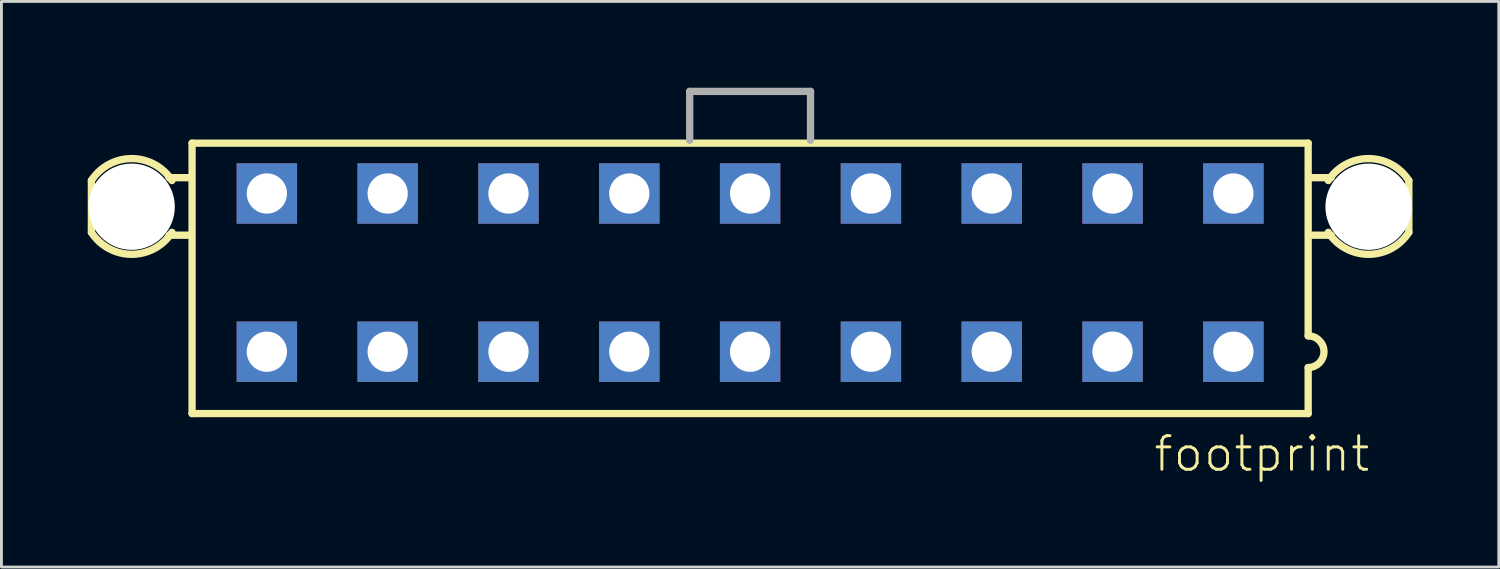
<source format=kicad_pcb>
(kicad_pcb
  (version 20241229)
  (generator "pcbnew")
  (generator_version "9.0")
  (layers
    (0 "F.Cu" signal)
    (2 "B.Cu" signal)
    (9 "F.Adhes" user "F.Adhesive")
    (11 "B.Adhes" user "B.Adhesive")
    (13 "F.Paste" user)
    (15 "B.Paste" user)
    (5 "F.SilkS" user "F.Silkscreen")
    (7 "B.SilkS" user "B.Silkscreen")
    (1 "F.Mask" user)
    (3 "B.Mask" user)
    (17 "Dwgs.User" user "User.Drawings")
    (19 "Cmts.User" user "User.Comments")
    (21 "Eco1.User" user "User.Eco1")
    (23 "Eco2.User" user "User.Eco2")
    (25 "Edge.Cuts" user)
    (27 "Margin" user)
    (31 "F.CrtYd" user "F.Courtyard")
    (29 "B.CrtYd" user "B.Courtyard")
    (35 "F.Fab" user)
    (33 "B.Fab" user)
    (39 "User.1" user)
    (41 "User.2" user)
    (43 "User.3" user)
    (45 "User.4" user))
  (footprint "footprint"
    (layer "F.Cu")
    (at 23.027 6.427)
    (property "Reference" "footprint" (at 13.97 6.985 0) (layer "F.SilkS") (effects (font (size 1.168 1.168) (thickness 0.102)) (justify left bottom)))
    (fp_line (start -22.9 -3.2) (end -22.9 -1.4) (stroke (width 0.254) (type solid)) (layer "F.SilkS"))
    (fp_line (start -20.2 -3.3) (end -19.5 -3.3) (stroke (width 0.254) (type solid)) (layer "F.SilkS"))
    (fp_line (start -20.2 -1.3) (end -19.5 -1.3) (stroke (width 0.254) (type solid)) (layer "F.SilkS"))
    (fp_line (start -19.4 -4.5) (end 19.4 -4.5) (stroke (width 0.254) (type solid)) (layer "F.SilkS"))
    (fp_line (start -19.4 4.9) (end -19.4 -4.5) (stroke (width 0.254) (type solid)) (layer "F.SilkS"))
    (fp_line (start 19.4 -4.5) (end 19.4 2.2) (stroke (width 0.254) (type solid)) (layer "F.SilkS"))
    (fp_line (start 19.4 3.3) (end 19.4 4.9) (stroke (width 0.254) (type solid)) (layer "F.SilkS"))
    (fp_line (start 19.4 4.9) (end -19.4 4.9) (stroke (width 0.254) (type solid)) (layer "F.SilkS"))
    (fp_line (start 20.2 -3.3) (end 19.5 -3.3) (stroke (width 0.254) (type solid)) (layer "F.SilkS"))
    (fp_line (start 20.2 -1.3) (end 19.5 -1.3) (stroke (width 0.254) (type solid)) (layer "F.SilkS"))
    (fp_line (start 22.9 -1.4) (end 22.9 -3.2) (stroke (width 0.254) (type solid)) (layer "F.SilkS"))
    (fp_arc (start -22.9 -3.2) (mid -21.499999 -3.964331) (end -20.099999 -3.199999) (stroke (width 0.254) (type solid)) (layer "F.SilkS"))
    (fp_arc (start -20.1 -1.4) (mid -21.5 -0.635668) (end -22.9 -1.4) (stroke (width 0.254) (type solid)) (layer "F.SilkS"))
    (fp_arc (start 19.4 2.2) (mid 19.95 2.75) (end 19.4 3.3) (stroke (width 0.254) (type solid)) (layer "F.SilkS"))
    (fp_arc (start 20.1 -3.2) (mid 21.500001 -3.964331) (end 22.900001 -3.199999) (stroke (width 0.254) (type solid)) (layer "F.SilkS"))
    (fp_arc (start 22.9 -1.4) (mid 21.5 -0.635668) (end 20.1 -1.4) (stroke (width 0.254) (type solid)) (layer "F.SilkS"))
    (fp_line (start -2.1 -6.3) (end -2.1 -4.6) (stroke (width 0.254) (type solid)) (layer "F.Fab"))
    (fp_line (start -2.1 -6.3) (end 2.1 -6.3) (stroke (width 0.254) (type solid)) (layer "F.Fab"))
    (fp_line (start 2.1 -6.3) (end 2.1 -4.6) (stroke (width 0.254) (type solid)) (layer "F.Fab"))
    (pad "" np_thru_hole circle (at -21.5 -2.29) (size 3 3) (drill 3) (layers "*.Cu" "*.Mask"))
    (pad "" np_thru_hole circle (at 21.5 -2.29) (size 3 3) (drill 3) (layers "*.Cu" "*.Mask"))
    (pad "1" thru_hole rect (at 16.8 2.75) (size 2.1 2.1) (drill 1.4) (layers "*.Cu" "*.Mask"))
    (pad "2" thru_hole rect (at 12.6 2.75) (size 2.1 2.1) (drill 1.4) (layers "*.Cu" "*.Mask"))
    (pad "3" thru_hole rect (at 8.4 2.75) (size 2.1 2.1) (drill 1.4) (layers "*.Cu" "*.Mask"))
    (pad "4" thru_hole rect (at 4.2 2.75) (size 2.1 2.1) (drill 1.4) (layers "*.Cu" "*.Mask"))
    (pad "5" thru_hole rect (at 0 2.75) (size 2.1 2.1) (drill 1.4) (layers "*.Cu" "*.Mask"))
    (pad "6" thru_hole rect (at -4.2 2.75) (size 2.1 2.1) (drill 1.4) (layers "*.Cu" "*.Mask"))
    (pad "7" thru_hole rect (at -8.4 2.75) (size 2.1 2.1) (drill 1.4) (layers "*.Cu" "*.Mask"))
    (pad "8" thru_hole rect (at -12.6 2.75) (size 2.1 2.1) (drill 1.4) (layers "*.Cu" "*.Mask"))
    (pad "9" thru_hole rect (at -16.8 2.75) (size 2.1 2.1) (drill 1.4) (layers "*.Cu" "*.Mask"))
    (pad "10" thru_hole rect (at 16.8 -2.75) (size 2.1 2.1) (drill 1.4) (layers "*.Cu" "*.Mask"))
    (pad "11" thru_hole rect (at 12.6 -2.75) (size 2.1 2.1) (drill 1.4) (layers "*.Cu" "*.Mask"))
    (pad "12" thru_hole rect (at 8.4 -2.75) (size 2.1 2.1) (drill 1.4) (layers "*.Cu" "*.Mask"))
    (pad "13" thru_hole rect (at 4.2 -2.75) (size 2.1 2.1) (drill 1.4) (layers "*.Cu" "*.Mask"))
    (pad "14" thru_hole rect (at 0 -2.75) (size 2.1 2.1) (drill 1.4) (layers "*.Cu" "*.Mask"))
    (pad "15" thru_hole rect (at -4.2 -2.75) (size 2.1 2.1) (drill 1.4) (layers "*.Cu" "*.Mask"))
    (pad "16" thru_hole rect (at -8.4 -2.75) (size 2.1 2.1) (drill 1.4) (layers "*.Cu" "*.Mask"))
    (pad "17" thru_hole rect (at -12.6 -2.75) (size 2.1 2.1) (drill 1.4) (layers "*.Cu" "*.Mask"))
    (pad "18" thru_hole rect (at -16.8 -2.75) (size 2.1 2.1) (drill 1.4) (layers "*.Cu" "*.Mask")))
  (gr_rect
    (start -3 -3)
    (end 49.054 16.662)
    (stroke (width 0.1) (type default))
    (fill no)
    (layer "Edge.Cuts")))
</source>
